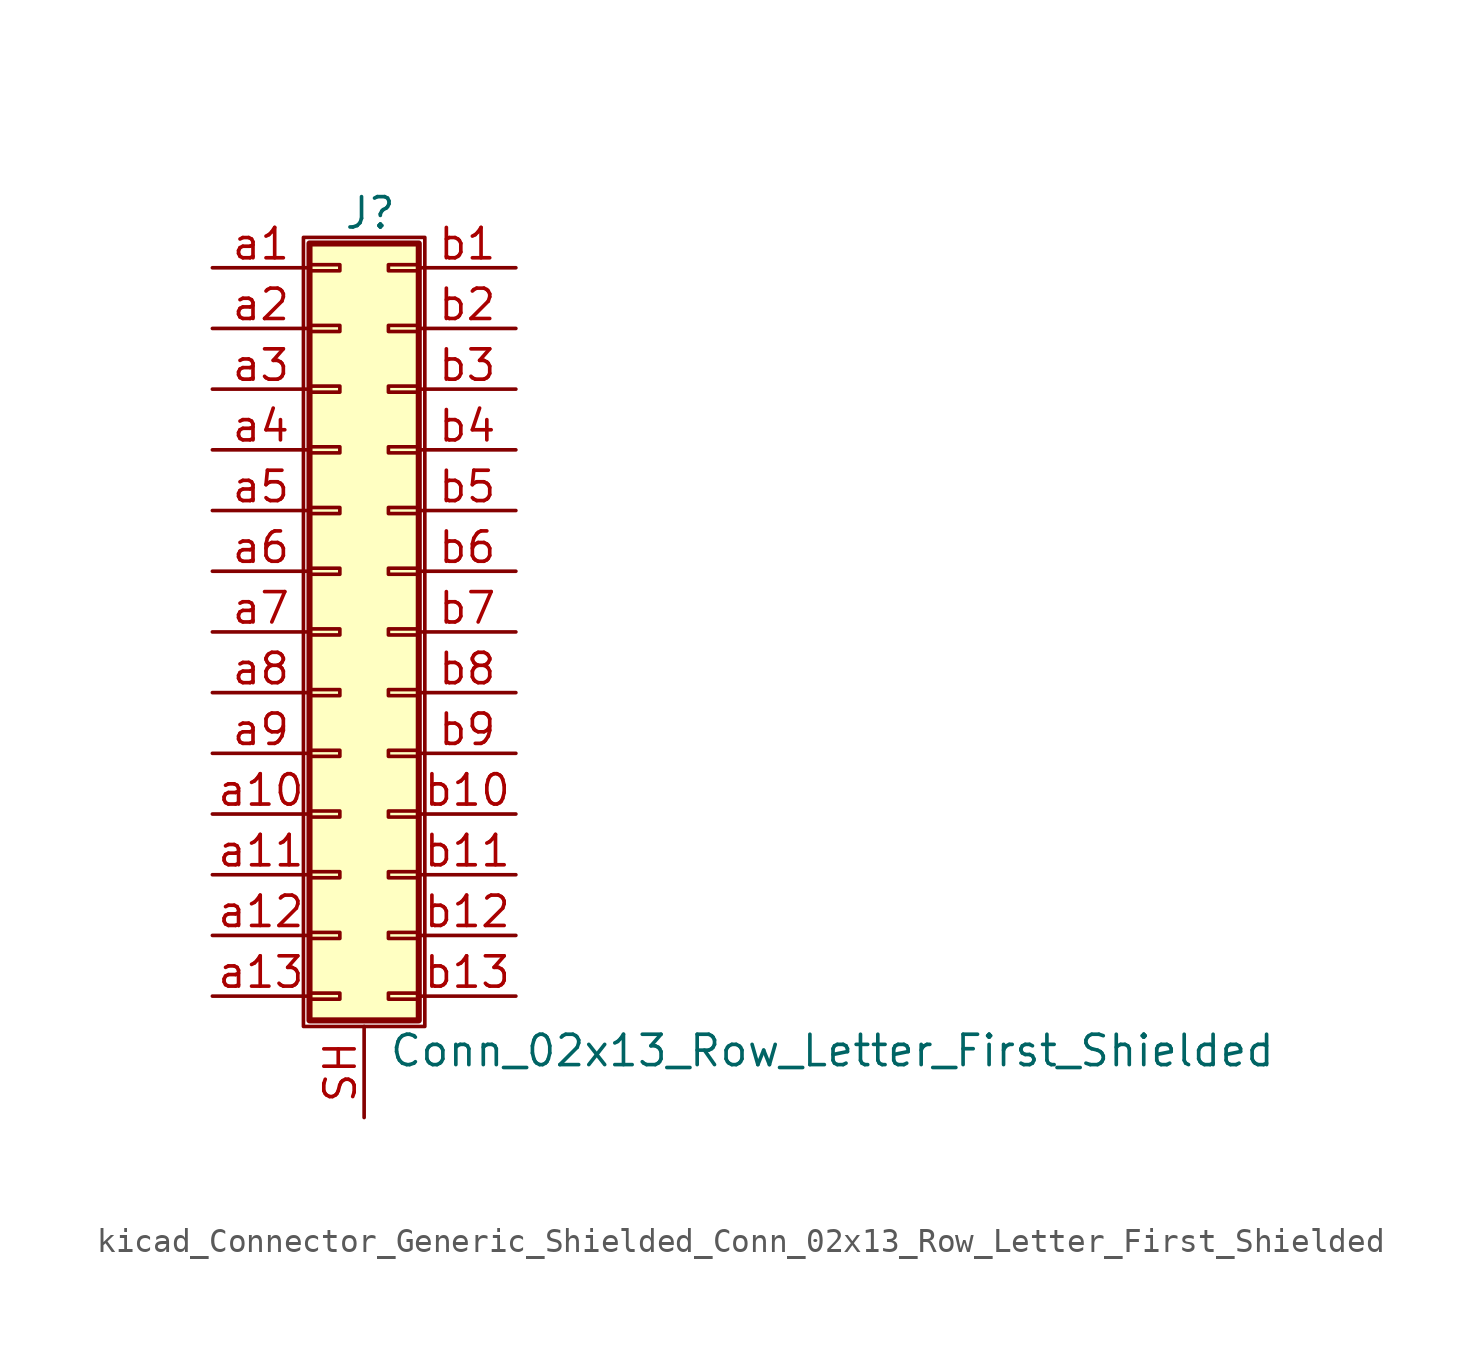
<source format=kicad_sym>
(kicad_symbol_lib
  (version 20220914)
  (generator kicad_symbol_editor)
  (symbol "kicad_Connector_Generic_Shielded_Conn_02x13_Row_Letter_First_Shielded"
    (pin_names
      (offset 1.016) hide)
    (property "Reference" "J"
      (at 1.524 17.526 0)
      (effects (font (size 1.27 1.27))))
    (property "Value" "Conn_02x13_Row_Letter_First_Shielded"
      (at 2.286 -17.526 0)
      (effects (font (size 1.27 1.27)) (justify left)))
    (symbol "kicad_Connector_Generic_Shielded_Conn_02x13_Row_Letter_First_Shielded_1_1"
      (rectangle (start -1.27 16.51) (end 3.81 -16.51) (stroke (width 0.152) (type default)) (fill (type none)))
      (rectangle (start -1.016 -15.113) (end 0.254 -15.367) (stroke (width 0.152) (type default)) (fill (type none)))
      (rectangle (start -1.016 -12.573) (end 0.254 -12.827) (stroke (width 0.152) (type default)) (fill (type none)))
      (rectangle (start -1.016 -10.033) (end 0.254 -10.287) (stroke (width 0.152) (type default)) (fill (type none)))
      (rectangle (start -1.016 -7.493) (end 0.254 -7.747) (stroke (width 0.152) (type default)) (fill (type none)))
      (rectangle (start -1.016 -4.953) (end 0.254 -5.207) (stroke (width 0.152) (type default)) (fill (type none)))
      (rectangle (start -1.016 -2.413) (end 0.254 -2.667) (stroke (width 0.152) (type default)) (fill (type none)))
      (rectangle (start -1.016 0.127) (end 0.254 -0.127) (stroke (width 0.152) (type default)) (fill (type none)))
      (rectangle (start -1.016 2.667) (end 0.254 2.413) (stroke (width 0.152) (type default)) (fill (type none)))
      (rectangle (start -1.016 5.207) (end 0.254 4.953) (stroke (width 0.152) (type default)) (fill (type none)))
      (rectangle (start -1.016 7.747) (end 0.254 7.493) (stroke (width 0.152) (type default)) (fill (type none)))
      (rectangle (start -1.016 10.287) (end 0.254 10.033) (stroke (width 0.152) (type default)) (fill (type none)))
      (rectangle (start -1.016 12.827) (end 0.254 12.573) (stroke (width 0.152) (type default)) (fill (type none)))
      (rectangle (start -1.016 15.367) (end 0.254 15.113) (stroke (width 0.152) (type default)) (fill (type none)))
      (rectangle (start -1.016 16.256) (end 3.556 -16.256) (stroke (width 0.254) (type default)) (fill (type background)))
      (rectangle (start 3.556 -15.113) (end 2.286 -15.367) (stroke (width 0.152) (type default)) (fill (type none)))
      (rectangle (start 3.556 -12.573) (end 2.286 -12.827) (stroke (width 0.152) (type default)) (fill (type none)))
      (rectangle (start 3.556 -10.033) (end 2.286 -10.287) (stroke (width 0.152) (type default)) (fill (type none)))
      (rectangle (start 3.556 -7.493) (end 2.286 -7.747) (stroke (width 0.152) (type default)) (fill (type none)))
      (rectangle (start 3.556 -4.953) (end 2.286 -5.207) (stroke (width 0.152) (type default)) (fill (type none)))
      (rectangle (start 3.556 -2.413) (end 2.286 -2.667) (stroke (width 0.152) (type default)) (fill (type none)))
      (rectangle (start 3.556 0.127) (end 2.286 -0.127) (stroke (width 0.152) (type default)) (fill (type none)))
      (rectangle (start 3.556 2.667) (end 2.286 2.413) (stroke (width 0.152) (type default)) (fill (type none)))
      (rectangle (start 3.556 5.207) (end 2.286 4.953) (stroke (width 0.152) (type default)) (fill (type none)))
      (rectangle (start 3.556 7.747) (end 2.286 7.493) (stroke (width 0.152) (type default)) (fill (type none)))
      (rectangle (start 3.556 10.287) (end 2.286 10.033) (stroke (width 0.152) (type default)) (fill (type none)))
      (rectangle (start 3.556 12.827) (end 2.286 12.573) (stroke (width 0.152) (type default)) (fill (type none)))
      (rectangle (start 3.556 15.367) (end 2.286 15.113) (stroke (width 0.152) (type default)) (fill (type none)))
      (pin passive line (at 1.27 -20.32 90) (length 3.81) (name "Shield" (effects (font (size 1.27 1.27)))) (number "SH" (effects (font (size 1.27 1.27)))))
      (pin passive line (at -5.08 15.24 0) (length 4.064) (name "Pin_a1" (effects (font (size 1.27 1.27)))) (number "a1" (effects (font (size 1.27 1.27)))))
      (pin passive line (at -5.08 -7.62 0) (length 4.064) (name "Pin_a10" (effects (font (size 1.27 1.27)))) (number "a10" (effects (font (size 1.27 1.27)))))
      (pin passive line (at -5.08 -10.16 0) (length 4.064) (name "Pin_a11" (effects (font (size 1.27 1.27)))) (number "a11" (effects (font (size 1.27 1.27)))))
      (pin passive line (at -5.08 -12.7 0) (length 4.064) (name "Pin_a12" (effects (font (size 1.27 1.27)))) (number "a12" (effects (font (size 1.27 1.27)))))
      (pin passive line (at -5.08 -15.24 0) (length 4.064) (name "Pin_a13" (effects (font (size 1.27 1.27)))) (number "a13" (effects (font (size 1.27 1.27)))))
      (pin passive line (at -5.08 12.7 0) (length 4.064) (name "Pin_a2" (effects (font (size 1.27 1.27)))) (number "a2" (effects (font (size 1.27 1.27)))))
      (pin passive line (at -5.08 10.16 0) (length 4.064) (name "Pin_a3" (effects (font (size 1.27 1.27)))) (number "a3" (effects (font (size 1.27 1.27)))))
      (pin passive line (at -5.08 7.62 0) (length 4.064) (name "Pin_a4" (effects (font (size 1.27 1.27)))) (number "a4" (effects (font (size 1.27 1.27)))))
      (pin passive line (at -5.08 5.08 0) (length 4.064) (name "Pin_a5" (effects (font (size 1.27 1.27)))) (number "a5" (effects (font (size 1.27 1.27)))))
      (pin passive line (at -5.08 2.54 0) (length 4.064) (name "Pin_a6" (effects (font (size 1.27 1.27)))) (number "a6" (effects (font (size 1.27 1.27)))))
      (pin passive line (at -5.08 0 0) (length 4.064) (name "Pin_a7" (effects (font (size 1.27 1.27)))) (number "a7" (effects (font (size 1.27 1.27)))))
      (pin passive line (at -5.08 -2.54 0) (length 4.064) (name "Pin_a8" (effects (font (size 1.27 1.27)))) (number "a8" (effects (font (size 1.27 1.27)))))
      (pin passive line (at -5.08 -5.08 0) (length 4.064) (name "Pin_a9" (effects (font (size 1.27 1.27)))) (number "a9" (effects (font (size 1.27 1.27)))))
      (pin passive line (at 7.62 15.24 180) (length 4.064) (name "Pin_b1" (effects (font (size 1.27 1.27)))) (number "b1" (effects (font (size 1.27 1.27)))))
      (pin passive line (at 7.62 -7.62 180) (length 4.064) (name "Pin_b10" (effects (font (size 1.27 1.27)))) (number "b10" (effects (font (size 1.27 1.27)))))
      (pin passive line (at 7.62 -10.16 180) (length 4.064) (name "Pin_b11" (effects (font (size 1.27 1.27)))) (number "b11" (effects (font (size 1.27 1.27)))))
      (pin passive line (at 7.62 -12.7 180) (length 4.064) (name "Pin_b12" (effects (font (size 1.27 1.27)))) (number "b12" (effects (font (size 1.27 1.27)))))
      (pin passive line (at 7.62 -15.24 180) (length 4.064) (name "Pin_b13" (effects (font (size 1.27 1.27)))) (number "b13" (effects (font (size 1.27 1.27)))))
      (pin passive line (at 7.62 12.7 180) (length 4.064) (name "Pin_b2" (effects (font (size 1.27 1.27)))) (number "b2" (effects (font (size 1.27 1.27)))))
      (pin passive line (at 7.62 10.16 180) (length 4.064) (name "Pin_b3" (effects (font (size 1.27 1.27)))) (number "b3" (effects (font (size 1.27 1.27)))))
      (pin passive line (at 7.62 7.62 180) (length 4.064) (name "Pin_b4" (effects (font (size 1.27 1.27)))) (number "b4" (effects (font (size 1.27 1.27)))))
      (pin passive line (at 7.62 5.08 180) (length 4.064) (name "Pin_b5" (effects (font (size 1.27 1.27)))) (number "b5" (effects (font (size 1.27 1.27)))))
      (pin passive line (at 7.62 2.54 180) (length 4.064) (name "Pin_b6" (effects (font (size 1.27 1.27)))) (number "b6" (effects (font (size 1.27 1.27)))))
      (pin passive line (at 7.62 0 180) (length 4.064) (name "Pin_b7" (effects (font (size 1.27 1.27)))) (number "b7" (effects (font (size 1.27 1.27)))))
      (pin passive line (at 7.62 -2.54 180) (length 4.064) (name "Pin_b8" (effects (font (size 1.27 1.27)))) (number "b8" (effects (font (size 1.27 1.27)))))
      (pin passive line (at 7.62 -5.08 180) (length 4.064) (name "Pin_b9" (effects (font (size 1.27 1.27)))) (number "b9" (effects (font (size 1.27 1.27))))))))
</source>
